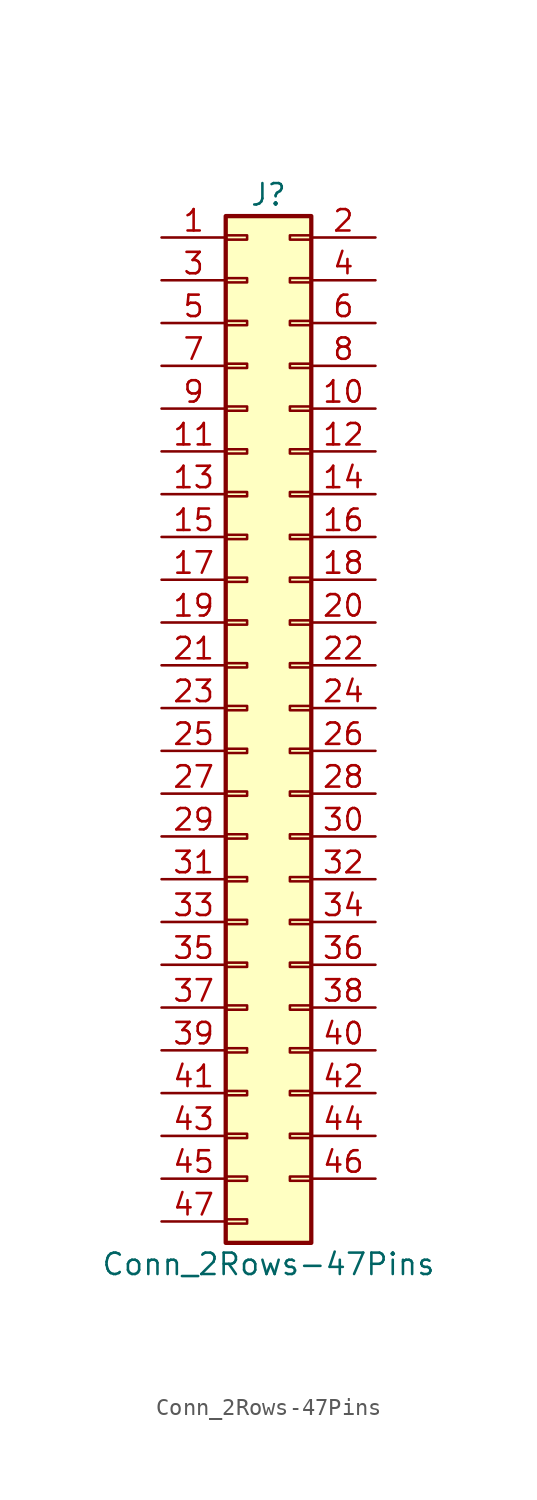
<source format=kicad_sym>
(kicad_symbol_lib
  (version 20220914)
  (generator kicad_symbol_editor)
  (symbol "Conn_2Rows-47Pins"
    (pin_names
      (offset 1.016) hide)
    (property "Reference" "J"
      (at 1.27 30.48 0)
      (effects (font (size 1.27 1.27))))
    (property "Value" "Conn_2Rows-47Pins"
      (at 1.27 -33.02 0)
      (effects (font (size 1.27 1.27))))
    (symbol "Conn_2Rows-47Pins_1_1"
      (rectangle (start -1.27 -30.353) (end 0 -30.607) (stroke (width 0.152) (type solid)) (fill (type none)))
      (rectangle (start -1.27 -27.813) (end 0 -28.067) (stroke (width 0.152) (type solid)) (fill (type none)))
      (rectangle (start -1.27 -25.273) (end 0 -25.527) (stroke (width 0.152) (type solid)) (fill (type none)))
      (rectangle (start -1.27 -22.733) (end 0 -22.987) (stroke (width 0.152) (type solid)) (fill (type none)))
      (rectangle (start -1.27 -20.193) (end 0 -20.447) (stroke (width 0.152) (type solid)) (fill (type none)))
      (rectangle (start -1.27 -17.653) (end 0 -17.907) (stroke (width 0.152) (type solid)) (fill (type none)))
      (rectangle (start -1.27 -15.113) (end 0 -15.367) (stroke (width 0.152) (type solid)) (fill (type none)))
      (rectangle (start -1.27 -12.573) (end 0 -12.827) (stroke (width 0.152) (type solid)) (fill (type none)))
      (rectangle (start -1.27 -10.033) (end 0 -10.287) (stroke (width 0.152) (type solid)) (fill (type none)))
      (rectangle (start -1.27 -7.493) (end 0 -7.747) (stroke (width 0.152) (type solid)) (fill (type none)))
      (rectangle (start -1.27 -4.953) (end 0 -5.207) (stroke (width 0.152) (type solid)) (fill (type none)))
      (rectangle (start -1.27 -2.413) (end 0 -2.667) (stroke (width 0.152) (type solid)) (fill (type none)))
      (rectangle (start -1.27 0.127) (end 0 -0.127) (stroke (width 0.152) (type solid)) (fill (type none)))
      (rectangle (start -1.27 2.667) (end 0 2.413) (stroke (width 0.152) (type solid)) (fill (type none)))
      (rectangle (start -1.27 5.207) (end 0 4.953) (stroke (width 0.152) (type solid)) (fill (type none)))
      (rectangle (start -1.27 7.747) (end 0 7.493) (stroke (width 0.152) (type solid)) (fill (type none)))
      (rectangle (start -1.27 10.287) (end 0 10.033) (stroke (width 0.152) (type solid)) (fill (type none)))
      (rectangle (start -1.27 12.827) (end 0 12.573) (stroke (width 0.152) (type solid)) (fill (type none)))
      (rectangle (start -1.27 15.367) (end 0 15.113) (stroke (width 0.152) (type solid)) (fill (type none)))
      (rectangle (start -1.27 17.907) (end 0 17.653) (stroke (width 0.152) (type solid)) (fill (type none)))
      (rectangle (start -1.27 20.447) (end 0 20.193) (stroke (width 0.152) (type solid)) (fill (type none)))
      (rectangle (start -1.27 22.987) (end 0 22.733) (stroke (width 0.152) (type solid)) (fill (type none)))
      (rectangle (start -1.27 25.527) (end 0 25.273) (stroke (width 0.152) (type solid)) (fill (type none)))
      (rectangle (start -1.27 28.067) (end 0 27.813) (stroke (width 0.152) (type solid)) (fill (type none)))
      (rectangle (start -1.27 29.21) (end 3.81 -31.75) (stroke (width 0.254) (type solid)) (fill (type background)))
      (rectangle (start 3.81 -27.813) (end 2.54 -28.067) (stroke (width 0.152) (type solid)) (fill (type none)))
      (rectangle (start 3.81 -25.273) (end 2.54 -25.527) (stroke (width 0.152) (type solid)) (fill (type none)))
      (rectangle (start 3.81 -22.733) (end 2.54 -22.987) (stroke (width 0.152) (type solid)) (fill (type none)))
      (rectangle (start 3.81 -20.193) (end 2.54 -20.447) (stroke (width 0.152) (type solid)) (fill (type none)))
      (rectangle (start 3.81 -17.653) (end 2.54 -17.907) (stroke (width 0.152) (type solid)) (fill (type none)))
      (rectangle (start 3.81 -15.113) (end 2.54 -15.367) (stroke (width 0.152) (type solid)) (fill (type none)))
      (rectangle (start 3.81 -12.573) (end 2.54 -12.827) (stroke (width 0.152) (type solid)) (fill (type none)))
      (rectangle (start 3.81 -10.033) (end 2.54 -10.287) (stroke (width 0.152) (type solid)) (fill (type none)))
      (rectangle (start 3.81 -7.493) (end 2.54 -7.747) (stroke (width 0.152) (type solid)) (fill (type none)))
      (rectangle (start 3.81 -4.953) (end 2.54 -5.207) (stroke (width 0.152) (type solid)) (fill (type none)))
      (rectangle (start 3.81 -2.413) (end 2.54 -2.667) (stroke (width 0.152) (type solid)) (fill (type none)))
      (rectangle (start 3.81 0.127) (end 2.54 -0.127) (stroke (width 0.152) (type solid)) (fill (type none)))
      (rectangle (start 3.81 2.667) (end 2.54 2.413) (stroke (width 0.152) (type solid)) (fill (type none)))
      (rectangle (start 3.81 5.207) (end 2.54 4.953) (stroke (width 0.152) (type solid)) (fill (type none)))
      (rectangle (start 3.81 7.747) (end 2.54 7.493) (stroke (width 0.152) (type solid)) (fill (type none)))
      (rectangle (start 3.81 10.287) (end 2.54 10.033) (stroke (width 0.152) (type solid)) (fill (type none)))
      (rectangle (start 3.81 12.827) (end 2.54 12.573) (stroke (width 0.152) (type solid)) (fill (type none)))
      (rectangle (start 3.81 15.367) (end 2.54 15.113) (stroke (width 0.152) (type solid)) (fill (type none)))
      (rectangle (start 3.81 17.907) (end 2.54 17.653) (stroke (width 0.152) (type solid)) (fill (type none)))
      (rectangle (start 3.81 20.447) (end 2.54 20.193) (stroke (width 0.152) (type solid)) (fill (type none)))
      (rectangle (start 3.81 22.987) (end 2.54 22.733) (stroke (width 0.152) (type solid)) (fill (type none)))
      (rectangle (start 3.81 25.527) (end 2.54 25.273) (stroke (width 0.152) (type solid)) (fill (type none)))
      (rectangle (start 3.81 28.067) (end 2.54 27.813) (stroke (width 0.152) (type solid)) (fill (type none)))
      (pin passive line (at -5.08 27.94 0) (length 3.81) (name "Pin_1" (effects (font (size 1.27 1.27)))) (number "1" (effects (font (size 1.27 1.27)))))
      (pin passive line (at 7.62 17.78 180) (length 3.81) (name "Pin_10" (effects (font (size 1.27 1.27)))) (number "10" (effects (font (size 1.27 1.27)))))
      (pin passive line (at -5.08 15.24 0) (length 3.81) (name "Pin_11" (effects (font (size 1.27 1.27)))) (number "11" (effects (font (size 1.27 1.27)))))
      (pin passive line (at 7.62 15.24 180) (length 3.81) (name "Pin_12" (effects (font (size 1.27 1.27)))) (number "12" (effects (font (size 1.27 1.27)))))
      (pin passive line (at -5.08 12.7 0) (length 3.81) (name "Pin_13" (effects (font (size 1.27 1.27)))) (number "13" (effects (font (size 1.27 1.27)))))
      (pin passive line (at 7.62 12.7 180) (length 3.81) (name "Pin_14" (effects (font (size 1.27 1.27)))) (number "14" (effects (font (size 1.27 1.27)))))
      (pin passive line (at -5.08 10.16 0) (length 3.81) (name "Pin_15" (effects (font (size 1.27 1.27)))) (number "15" (effects (font (size 1.27 1.27)))))
      (pin passive line (at 7.62 10.16 180) (length 3.81) (name "Pin_16" (effects (font (size 1.27 1.27)))) (number "16" (effects (font (size 1.27 1.27)))))
      (pin passive line (at -5.08 7.62 0) (length 3.81) (name "Pin_17" (effects (font (size 1.27 1.27)))) (number "17" (effects (font (size 1.27 1.27)))))
      (pin passive line (at 7.62 7.62 180) (length 3.81) (name "Pin_18" (effects (font (size 1.27 1.27)))) (number "18" (effects (font (size 1.27 1.27)))))
      (pin passive line (at -5.08 5.08 0) (length 3.81) (name "Pin_19" (effects (font (size 1.27 1.27)))) (number "19" (effects (font (size 1.27 1.27)))))
      (pin passive line (at 7.62 27.94 180) (length 3.81) (name "Pin_2" (effects (font (size 1.27 1.27)))) (number "2" (effects (font (size 1.27 1.27)))))
      (pin passive line (at 7.62 5.08 180) (length 3.81) (name "Pin_20" (effects (font (size 1.27 1.27)))) (number "20" (effects (font (size 1.27 1.27)))))
      (pin passive line (at -5.08 2.54 0) (length 3.81) (name "Pin_21" (effects (font (size 1.27 1.27)))) (number "21" (effects (font (size 1.27 1.27)))))
      (pin passive line (at 7.62 2.54 180) (length 3.81) (name "Pin_22" (effects (font (size 1.27 1.27)))) (number "22" (effects (font (size 1.27 1.27)))))
      (pin passive line (at -5.08 0 0) (length 3.81) (name "Pin_23" (effects (font (size 1.27 1.27)))) (number "23" (effects (font (size 1.27 1.27)))))
      (pin passive line (at 7.62 0 180) (length 3.81) (name "Pin_24" (effects (font (size 1.27 1.27)))) (number "24" (effects (font (size 1.27 1.27)))))
      (pin passive line (at -5.08 -2.54 0) (length 3.81) (name "Pin_25" (effects (font (size 1.27 1.27)))) (number "25" (effects (font (size 1.27 1.27)))))
      (pin passive line (at 7.62 -2.54 180) (length 3.81) (name "Pin_26" (effects (font (size 1.27 1.27)))) (number "26" (effects (font (size 1.27 1.27)))))
      (pin passive line (at -5.08 -5.08 0) (length 3.81) (name "Pin_27" (effects (font (size 1.27 1.27)))) (number "27" (effects (font (size 1.27 1.27)))))
      (pin passive line (at 7.62 -5.08 180) (length 3.81) (name "Pin_28" (effects (font (size 1.27 1.27)))) (number "28" (effects (font (size 1.27 1.27)))))
      (pin passive line (at -5.08 -7.62 0) (length 3.81) (name "Pin_29" (effects (font (size 1.27 1.27)))) (number "29" (effects (font (size 1.27 1.27)))))
      (pin passive line (at -5.08 25.4 0) (length 3.81) (name "Pin_3" (effects (font (size 1.27 1.27)))) (number "3" (effects (font (size 1.27 1.27)))))
      (pin passive line (at 7.62 -7.62 180) (length 3.81) (name "Pin_30" (effects (font (size 1.27 1.27)))) (number "30" (effects (font (size 1.27 1.27)))))
      (pin passive line (at -5.08 -10.16 0) (length 3.81) (name "Pin_31" (effects (font (size 1.27 1.27)))) (number "31" (effects (font (size 1.27 1.27)))))
      (pin passive line (at 7.62 -10.16 180) (length 3.81) (name "Pin_32" (effects (font (size 1.27 1.27)))) (number "32" (effects (font (size 1.27 1.27)))))
      (pin passive line (at -5.08 -12.7 0) (length 3.81) (name "Pin_33" (effects (font (size 1.27 1.27)))) (number "33" (effects (font (size 1.27 1.27)))))
      (pin passive line (at 7.62 -12.7 180) (length 3.81) (name "Pin_34" (effects (font (size 1.27 1.27)))) (number "34" (effects (font (size 1.27 1.27)))))
      (pin passive line (at -5.08 -15.24 0) (length 3.81) (name "Pin_35" (effects (font (size 1.27 1.27)))) (number "35" (effects (font (size 1.27 1.27)))))
      (pin passive line (at 7.62 -15.24 180) (length 3.81) (name "Pin_36" (effects (font (size 1.27 1.27)))) (number "36" (effects (font (size 1.27 1.27)))))
      (pin passive line (at -5.08 -17.78 0) (length 3.81) (name "Pin_37" (effects (font (size 1.27 1.27)))) (number "37" (effects (font (size 1.27 1.27)))))
      (pin passive line (at 7.62 -17.78 180) (length 3.81) (name "Pin_38" (effects (font (size 1.27 1.27)))) (number "38" (effects (font (size 1.27 1.27)))))
      (pin passive line (at -5.08 -20.32 0) (length 3.81) (name "Pin_39" (effects (font (size 1.27 1.27)))) (number "39" (effects (font (size 1.27 1.27)))))
      (pin passive line (at 7.62 25.4 180) (length 3.81) (name "Pin_4" (effects (font (size 1.27 1.27)))) (number "4" (effects (font (size 1.27 1.27)))))
      (pin passive line (at 7.62 -20.32 180) (length 3.81) (name "Pin_40" (effects (font (size 1.27 1.27)))) (number "40" (effects (font (size 1.27 1.27)))))
      (pin passive line (at -5.08 -22.86 0) (length 3.81) (name "Pin_41" (effects (font (size 1.27 1.27)))) (number "41" (effects (font (size 1.27 1.27)))))
      (pin passive line (at 7.62 -22.86 180) (length 3.81) (name "Pin_42" (effects (font (size 1.27 1.27)))) (number "42" (effects (font (size 1.27 1.27)))))
      (pin passive line (at -5.08 -25.4 0) (length 3.81) (name "Pin_43" (effects (font (size 1.27 1.27)))) (number "43" (effects (font (size 1.27 1.27)))))
      (pin passive line (at 7.62 -25.4 180) (length 3.81) (name "Pin_44" (effects (font (size 1.27 1.27)))) (number "44" (effects (font (size 1.27 1.27)))))
      (pin passive line (at -5.08 -27.94 0) (length 3.81) (name "Pin_45" (effects (font (size 1.27 1.27)))) (number "45" (effects (font (size 1.27 1.27)))))
      (pin passive line (at 7.62 -27.94 180) (length 3.81) (name "Pin_46" (effects (font (size 1.27 1.27)))) (number "46" (effects (font (size 1.27 1.27)))))
      (pin passive line (at -5.08 -30.48 0) (length 3.81) (name "Pin_47" (effects (font (size 1.27 1.27)))) (number "47" (effects (font (size 1.27 1.27)))))
      (pin passive line (at -5.08 22.86 0) (length 3.81) (name "Pin_5" (effects (font (size 1.27 1.27)))) (number "5" (effects (font (size 1.27 1.27)))))
      (pin passive line (at 7.62 22.86 180) (length 3.81) (name "Pin_6" (effects (font (size 1.27 1.27)))) (number "6" (effects (font (size 1.27 1.27)))))
      (pin passive line (at -5.08 20.32 0) (length 3.81) (name "Pin_7" (effects (font (size 1.27 1.27)))) (number "7" (effects (font (size 1.27 1.27)))))
      (pin passive line (at 7.62 20.32 180) (length 3.81) (name "Pin_8" (effects (font (size 1.27 1.27)))) (number "8" (effects (font (size 1.27 1.27)))))
      (pin passive line (at -5.08 17.78 0) (length 3.81) (name "Pin_9" (effects (font (size 1.27 1.27)))) (number "9" (effects (font (size 1.27 1.27))))))))
</source>
